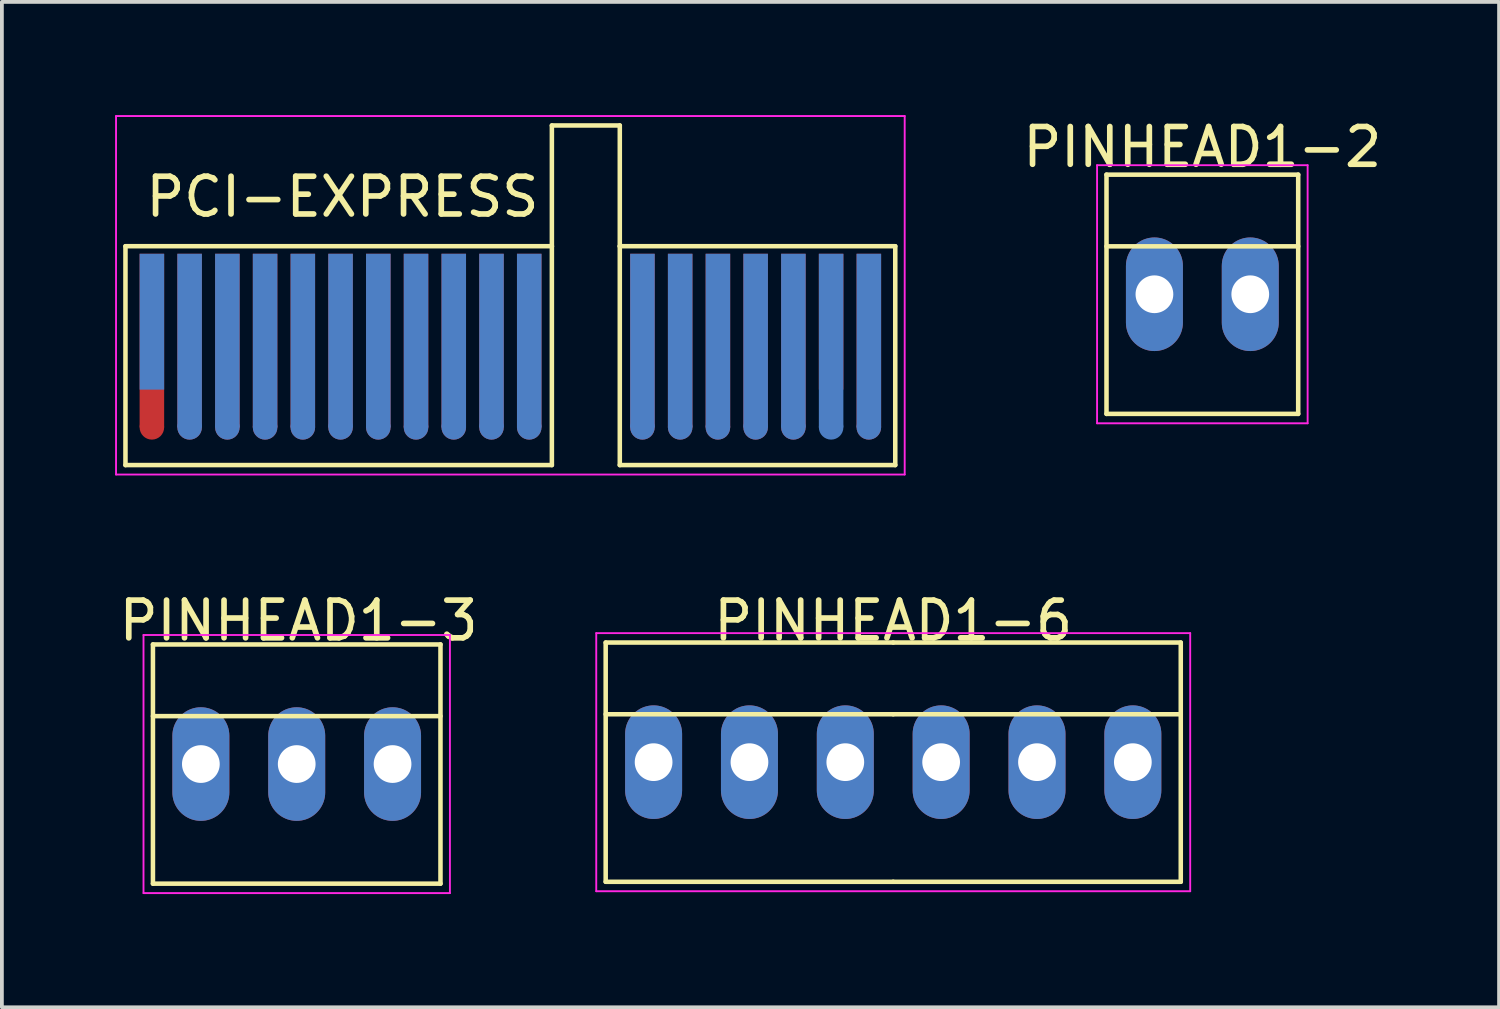
<source format=kicad_pcb>
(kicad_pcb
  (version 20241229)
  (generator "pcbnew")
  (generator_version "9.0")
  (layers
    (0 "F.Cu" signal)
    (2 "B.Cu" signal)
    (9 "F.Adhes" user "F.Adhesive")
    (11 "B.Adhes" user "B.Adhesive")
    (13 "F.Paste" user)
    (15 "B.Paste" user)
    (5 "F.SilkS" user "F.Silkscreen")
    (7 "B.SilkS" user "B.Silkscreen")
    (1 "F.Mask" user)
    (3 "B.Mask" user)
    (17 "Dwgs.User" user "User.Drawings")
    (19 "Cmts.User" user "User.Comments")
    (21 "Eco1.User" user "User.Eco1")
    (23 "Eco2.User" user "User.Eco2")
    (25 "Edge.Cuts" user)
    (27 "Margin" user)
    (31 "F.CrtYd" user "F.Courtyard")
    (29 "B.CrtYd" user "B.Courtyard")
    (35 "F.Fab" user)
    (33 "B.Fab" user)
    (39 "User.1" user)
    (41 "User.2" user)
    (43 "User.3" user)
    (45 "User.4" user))
  (footprint "PCI-EXPRESS"
    (layer "F.Cu")
    (at 0.975 5.475)
    (property "Reference" "PCI-EXPRESS" (at 5.05 -3.31 0) (layer "F.SilkS") (effects (font (size 1 1) (thickness 0.15))))
    (attr through_hole)
    (fp_line (start -0.7 -2) (end 10.6 -2) (stroke (width 0.12) (type solid)) (layer "F.SilkS"))
    (fp_line (start -0.7 3.8) (end -0.7 -2) (stroke (width 0.12) (type solid)) (layer "F.SilkS"))
    (fp_line (start 10.6 -5.2) (end 12.4 -5.2) (stroke (width 0.12) (type solid)) (layer "F.SilkS"))
    (fp_line (start 10.6 -2) (end 10.6 -5.2) (stroke (width 0.12) (type solid)) (layer "F.SilkS"))
    (fp_line (start 10.6 -2) (end 10.6 3.8) (stroke (width 0.12) (type solid)) (layer "F.SilkS"))
    (fp_line (start 10.6 3.8) (end -0.7 3.8) (stroke (width 0.12) (type solid)) (layer "F.SilkS"))
    (fp_line (start 12.4 -5.2) (end 12.4 -2) (stroke (width 0.12) (type solid)) (layer "F.SilkS"))
    (fp_line (start 12.4 -2) (end 12.4 3.8) (stroke (width 0.12) (type solid)) (layer "F.SilkS"))
    (fp_line (start 12.4 3.8) (end 19.7 3.8) (stroke (width 0.12) (type solid)) (layer "F.SilkS"))
    (fp_line (start 19.7 -2) (end 12.4 -2) (stroke (width 0.12) (type solid)) (layer "F.SilkS"))
    (fp_line (start 19.7 -2) (end 19.7 3.8) (stroke (width 0.12) (type solid)) (layer "F.SilkS"))
    (fp_line (start -0.95 -5.45) (end -0.95 4.05) (stroke (width 0.05) (type solid)) (layer "F.CrtYd"))
    (fp_line (start -0.95 -5.45) (end 19.95 -5.45) (stroke (width 0.05) (type solid)) (layer "F.CrtYd"))
    (fp_line (start 19.95 4.05) (end -0.95 4.05) (stroke (width 0.05) (type solid)) (layer "F.CrtYd"))
    (fp_line (start 19.95 4.05) (end 19.95 -5.45) (stroke (width 0.05) (type solid)) (layer "F.CrtYd"))
    (pad "" connect circle (at 0 2.8) (size 0.65 0.65) (layers "F.Cu" "F.Mask"))
    (pad "" connect circle (at 1 2.8) (size 0.65 0.65) (layers "F.Cu" "F.Mask"))
    (pad "" connect oval (at 1 2.8 90) (size 0.65 0.65) (layers "B.Cu" "B.Mask"))
    (pad "" connect circle (at 2 2.8) (size 0.65 0.65) (layers "F.Cu" "F.Mask"))
    (pad "" connect oval (at 2 2.8 90) (size 0.65 0.65) (layers "B.Cu" "B.Mask"))
    (pad "" connect circle (at 3 2.8) (size 0.65 0.65) (layers "F.Cu" "F.Mask"))
    (pad "" connect oval (at 3 2.8 90) (size 0.65 0.65) (layers "B.Cu" "B.Mask"))
    (pad "" connect circle (at 4 2.8) (size 0.65 0.65) (layers "F.Cu" "F.Mask"))
    (pad "" connect oval (at 4 2.8 90) (size 0.65 0.65) (layers "B.Cu" "B.Mask"))
    (pad "" connect circle (at 5 2.8) (size 0.65 0.65) (layers "F.Cu" "F.Mask"))
    (pad "" connect oval (at 5 2.8 90) (size 0.65 0.65) (layers "B.Cu" "B.Mask"))
    (pad "" connect circle (at 6 2.8) (size 0.65 0.65) (layers "F.Cu" "F.Mask"))
    (pad "" connect oval (at 6 2.8 90) (size 0.65 0.65) (layers "B.Cu" "B.Mask"))
    (pad "" connect circle (at 7 2.8) (size 0.65 0.65) (layers "F.Cu" "F.Mask"))
    (pad "" connect oval (at 7 2.8 90) (size 0.65 0.65) (layers "B.Cu" "B.Mask"))
    (pad "" connect circle (at 8 2.8) (size 0.65 0.65) (layers "F.Cu" "F.Mask"))
    (pad "" connect oval (at 8 2.8 90) (size 0.65 0.65) (layers "B.Cu" "B.Mask"))
    (pad "" connect circle (at 9 2.8) (size 0.65 0.65) (layers "F.Cu" "F.Mask"))
    (pad "" connect oval (at 9 2.8 90) (size 0.65 0.65) (layers "B.Cu" "B.Mask"))
    (pad "" connect circle (at 10 2.8) (size 0.65 0.65) (layers "F.Cu" "F.Mask"))
    (pad "" connect oval (at 10 2.8 90) (size 0.65 0.65) (layers "B.Cu" "B.Mask"))
    (pad "" connect circle (at 13 2.8) (size 0.65 0.65) (layers "F.Cu" "F.Mask"))
    (pad "" connect oval (at 13 2.8 90) (size 0.65 0.65) (layers "B.Cu" "B.Mask"))
    (pad "" connect circle (at 14 2.8) (size 0.65 0.65) (layers "F.Cu" "F.Mask"))
    (pad "" connect oval (at 14 2.8 90) (size 0.65 0.65) (layers "B.Cu" "B.Mask"))
    (pad "" connect circle (at 15 2.8) (size 0.65 0.65) (layers "F.Cu" "F.Mask"))
    (pad "" connect oval (at 15 2.8 90) (size 0.65 0.65) (layers "B.Cu" "B.Mask"))
    (pad "" connect circle (at 16 2.8) (size 0.65 0.65) (layers "F.Cu" "F.Mask"))
    (pad "" connect oval (at 16 2.8 90) (size 0.65 0.65) (layers "B.Cu" "B.Mask"))
    (pad "" connect circle (at 17 2.8) (size 0.65 0.65) (layers "F.Cu" "F.Mask"))
    (pad "" connect oval (at 17 2.8 90) (size 0.65 0.65) (layers "B.Cu" "B.Mask"))
    (pad "" connect oval (at 18 2.8 90) (size 0.65 0.65) (layers "B.Cu" "B.Mask"))
    (pad "" connect circle (at 19 2.8) (size 0.65 0.65) (layers "F.Cu" "F.Mask"))
    (pad "" connect oval (at 19 2.8 90) (size 0.65 0.65) (layers "B.Cu" "B.Mask"))
    (pad "A1" connect rect (at 0 0) (size 0.65 3.6) (layers "B.Cu" "B.Mask"))
    (pad "A2" connect rect (at 1 0.5) (size 0.65 4.6) (layers "B.Cu" "B.Mask"))
    (pad "A3" connect rect (at 2 0.5) (size 0.65 4.6) (layers "B.Cu" "B.Mask"))
    (pad "A4" connect rect (at 3 0.5) (size 0.65 4.6) (layers "B.Cu" "B.Mask"))
    (pad "A5" connect rect (at 4 0.5) (size 0.65 4.6) (layers "B.Cu" "B.Mask"))
    (pad "A6" connect rect (at 5 0.5) (size 0.65 4.6) (layers "B.Cu" "B.Mask"))
    (pad "A7" connect rect (at 6 0.5) (size 0.65 4.6) (layers "B.Cu" "B.Mask"))
    (pad "A8" connect rect (at 7 0.5) (size 0.65 4.6) (layers "B.Cu" "B.Mask"))
    (pad "A9" connect rect (at 8 0.5) (size 0.65 4.6) (layers "B.Cu" "B.Mask"))
    (pad "A10" connect rect (at 9 0.5) (size 0.65 4.6) (layers "B.Cu" "B.Mask"))
    (pad "A11" connect rect (at 10 0.5) (size 0.65 4.6) (layers "B.Cu" "B.Mask"))
    (pad "A12" connect rect (at 13 0.5) (size 0.65 4.6) (layers "B.Cu" "B.Mask"))
    (pad "A13" connect rect (at 14 0.5) (size 0.65 4.6) (layers "B.Cu" "B.Mask"))
    (pad "A14" connect rect (at 15 0.5) (size 0.65 4.6) (layers "B.Cu" "B.Mask"))
    (pad "A15" connect rect (at 16 0.5) (size 0.65 4.6) (layers "B.Cu" "B.Mask"))
    (pad "A16" connect rect (at 17 0.5) (size 0.65 4.6) (layers "B.Cu" "B.Mask"))
    (pad "A17" connect rect (at 18 0.5) (size 0.65 4.6) (layers "B.Cu" "B.Mask"))
    (pad "A18" connect rect (at 19 0.5) (size 0.65 4.6) (layers "B.Cu" "B.Mask"))
    (pad "B1" connect rect (at 0 0.5) (size 0.65 4.6) (layers "F.Cu" "F.Mask"))
    (pad "B2" connect rect (at 1 0.5) (size 0.65 4.6) (layers "F.Cu" "F.Mask"))
    (pad "B3" connect rect (at 2 0.5) (size 0.65 4.6) (layers "F.Cu" "F.Mask"))
    (pad "B4" connect rect (at 3 0.5) (size 0.65 4.6) (layers "F.Cu" "F.Mask"))
    (pad "B5" connect rect (at 4 0.5) (size 0.65 4.6) (layers "F.Cu" "F.Mask"))
    (pad "B6" connect rect (at 5 0.5) (size 0.65 4.6) (layers "F.Cu" "F.Mask"))
    (pad "B7" connect rect (at 6 0.5) (size 0.65 4.6) (layers "F.Cu" "F.Mask"))
    (pad "B8" connect rect (at 7 0.5) (size 0.65 4.6) (layers "F.Cu" "F.Mask"))
    (pad "B9" connect rect (at 8 0.5) (size 0.65 4.6) (layers "F.Cu" "F.Mask"))
    (pad "B10" connect rect (at 9 0.5) (size 0.65 4.6) (layers "F.Cu" "F.Mask"))
    (pad "B11" connect rect (at 10 0.5) (size 0.65 4.6) (layers "F.Cu" "F.Mask"))
    (pad "B12" connect rect (at 13 0.5) (size 0.65 4.6) (layers "F.Cu" "F.Mask"))
    (pad "B13" connect rect (at 14 0.5) (size 0.65 4.6) (layers "F.Cu" "F.Mask"))
    (pad "B14" connect rect (at 15 0.5) (size 0.65 4.6) (layers "F.Cu" "F.Mask"))
    (pad "B15" connect rect (at 16 0.5) (size 0.65 4.6) (layers "F.Cu" "F.Mask"))
    (pad "B16" connect rect (at 17 0.5) (size 0.65 4.6) (layers "F.Cu" "F.Mask"))
    (pad "B17" connect rect (at 18 0) (size 0.65 3.6) (layers "F.Cu" "F.Mask"))
    (pad "B18" connect rect (at 19 0.5) (size 0.65 4.6) (layers "F.Cu" "F.Mask")))
  (footprint "PINHEAD1-6"
    (layer "F.Cu")
    (at 14.271 17.148)
    (property "Reference" "PINHEAD1-6" (at 6.35 -3.75 0) (layer "F.SilkS") (effects (font (size 1 1) (thickness 0.15))))
    (attr through_hole)
    (fp_line (start -1.27 -3.17) (end -1.27 3.17) (stroke (width 0.12) (type solid)) (layer "F.SilkS"))
    (fp_line (start -1.27 -3.17) (end 6.35 -3.17) (stroke (width 0.12) (type solid)) (layer "F.SilkS"))
    (fp_line (start 6.35 -3.17) (end 13.97 -3.17) (stroke (width 0.12) (type solid)) (layer "F.SilkS"))
    (fp_line (start 6.35 -1.27) (end -1.27 -1.27) (stroke (width 0.12) (type solid)) (layer "F.SilkS"))
    (fp_line (start 6.35 -1.27) (end 13.97 -1.27) (stroke (width 0.12) (type solid)) (layer "F.SilkS"))
    (fp_line (start 6.35 3.17) (end -1.27 3.17) (stroke (width 0.12) (type solid)) (layer "F.SilkS"))
    (fp_line (start 6.35 3.17) (end 13.97 3.17) (stroke (width 0.12) (type solid)) (layer "F.SilkS"))
    (fp_line (start 13.97 -3.17) (end 13.97 3.17) (stroke (width 0.12) (type solid)) (layer "F.SilkS"))
    (fp_line (start -1.52 -3.42) (end -1.52 3.42) (stroke (width 0.05) (type solid)) (layer "F.CrtYd"))
    (fp_line (start -1.52 -3.42) (end 14.22 -3.42) (stroke (width 0.05) (type solid)) (layer "F.CrtYd"))
    (fp_line (start 14.22 3.42) (end -1.52 3.42) (stroke (width 0.05) (type solid)) (layer "F.CrtYd"))
    (fp_line (start 14.22 3.42) (end 14.22 -3.42) (stroke (width 0.05) (type solid)) (layer "F.CrtYd"))
    (pad "1" thru_hole oval (at 0 0) (size 1.51 3.01) (drill 1) (layers "*.Cu" "*.Mask"))
    (pad "2" thru_hole oval (at 2.54 0) (size 1.51 3.01) (drill 1) (layers "*.Cu" "*.Mask"))
    (pad "3" thru_hole oval (at 5.08 0) (size 1.51 3.01) (drill 1) (layers "*.Cu" "*.Mask"))
    (pad "4" thru_hole oval (at 7.62 0) (size 1.51 3.01) (drill 1) (layers "*.Cu" "*.Mask"))
    (pad "5" thru_hole oval (at 10.16 0) (size 1.51 3.01) (drill 1) (layers "*.Cu" "*.Mask"))
    (pad "6" thru_hole oval (at 12.7 0) (size 1.51 3.01) (drill 1) (layers "*.Cu" "*.Mask")))
  (footprint "PINHEAD1-2"
    (layer "F.Cu")
    (at 27.543 4.748)
    (property "Reference" "PINHEAD1-2" (at 1.27 -3.9 0) (layer "F.SilkS") (effects (font (size 1 1) (thickness 0.15))))
    (attr through_hole)
    (fp_line (start -1.27 -3.17) (end -1.27 3.17) (stroke (width 0.12) (type solid)) (layer "F.SilkS"))
    (fp_line (start -1.27 -3.17) (end 3.81 -3.17) (stroke (width 0.12) (type solid)) (layer "F.SilkS"))
    (fp_line (start 3.81 -3.17) (end 3.81 3.17) (stroke (width 0.12) (type solid)) (layer "F.SilkS"))
    (fp_line (start 3.81 -1.27) (end -1.27 -1.27) (stroke (width 0.12) (type solid)) (layer "F.SilkS"))
    (fp_line (start 3.81 3.17) (end -1.27 3.17) (stroke (width 0.12) (type solid)) (layer "F.SilkS"))
    (fp_line (start -1.52 -3.42) (end -1.52 3.42) (stroke (width 0.05) (type solid)) (layer "F.CrtYd"))
    (fp_line (start -1.52 -3.42) (end 4.06 -3.42) (stroke (width 0.05) (type solid)) (layer "F.CrtYd"))
    (fp_line (start 4.06 3.42) (end -1.52 3.42) (stroke (width 0.05) (type solid)) (layer "F.CrtYd"))
    (fp_line (start 4.06 3.42) (end 4.06 -3.42) (stroke (width 0.05) (type solid)) (layer "F.CrtYd"))
    (pad "1" thru_hole oval (at 0 0) (size 1.51 3.01) (drill 1) (layers "*.Cu" "*.Mask"))
    (pad "2" thru_hole oval (at 2.54 0) (size 1.51 3.01) (drill 1) (layers "*.Cu" "*.Mask")))
  (footprint "PINHEAD1-3"
    (layer "F.Cu")
    (at 2.273 17.198)
    (property "Reference" "PINHEAD1-3" (at 2.59 -3.8 0) (layer "F.SilkS") (effects (font (size 1 1) (thickness 0.15))))
    (attr through_hole)
    (fp_line (start -1.27 -3.17) (end -1.27 3.17) (stroke (width 0.12) (type solid)) (layer "F.SilkS"))
    (fp_line (start -1.27 -3.17) (end 6.35 -3.17) (stroke (width 0.12) (type solid)) (layer "F.SilkS"))
    (fp_line (start 6.35 -3.17) (end 6.35 3.17) (stroke (width 0.12) (type solid)) (layer "F.SilkS"))
    (fp_line (start 6.35 -1.27) (end -1.27 -1.27) (stroke (width 0.12) (type solid)) (layer "F.SilkS"))
    (fp_line (start 6.35 3.17) (end -1.27 3.17) (stroke (width 0.12) (type solid)) (layer "F.SilkS"))
    (fp_line (start -1.52 -3.42) (end -1.52 3.42) (stroke (width 0.05) (type solid)) (layer "F.CrtYd"))
    (fp_line (start -1.52 -3.42) (end 6.6 -3.42) (stroke (width 0.05) (type solid)) (layer "F.CrtYd"))
    (fp_line (start 6.6 3.42) (end -1.52 3.42) (stroke (width 0.05) (type solid)) (layer "F.CrtYd"))
    (fp_line (start 6.6 3.42) (end 6.6 -3.42) (stroke (width 0.05) (type solid)) (layer "F.CrtYd"))
    (pad "1" thru_hole oval (at 0 0) (size 1.51 3.01) (drill 1) (layers "*.Cu" "*.Mask"))
    (pad "2" thru_hole oval (at 2.54 0) (size 1.51 3.01) (drill 1) (layers "*.Cu" "*.Mask"))
    (pad "3" thru_hole oval (at 5.08 0) (size 1.51 3.01) (drill 1) (layers "*.Cu" "*.Mask")))
  (gr_rect
    (start -3 -3)
    (end 36.676 23.643)
    (stroke (width 0.1) (type default))
    (fill no)
    (layer "Edge.Cuts")))
</source>
